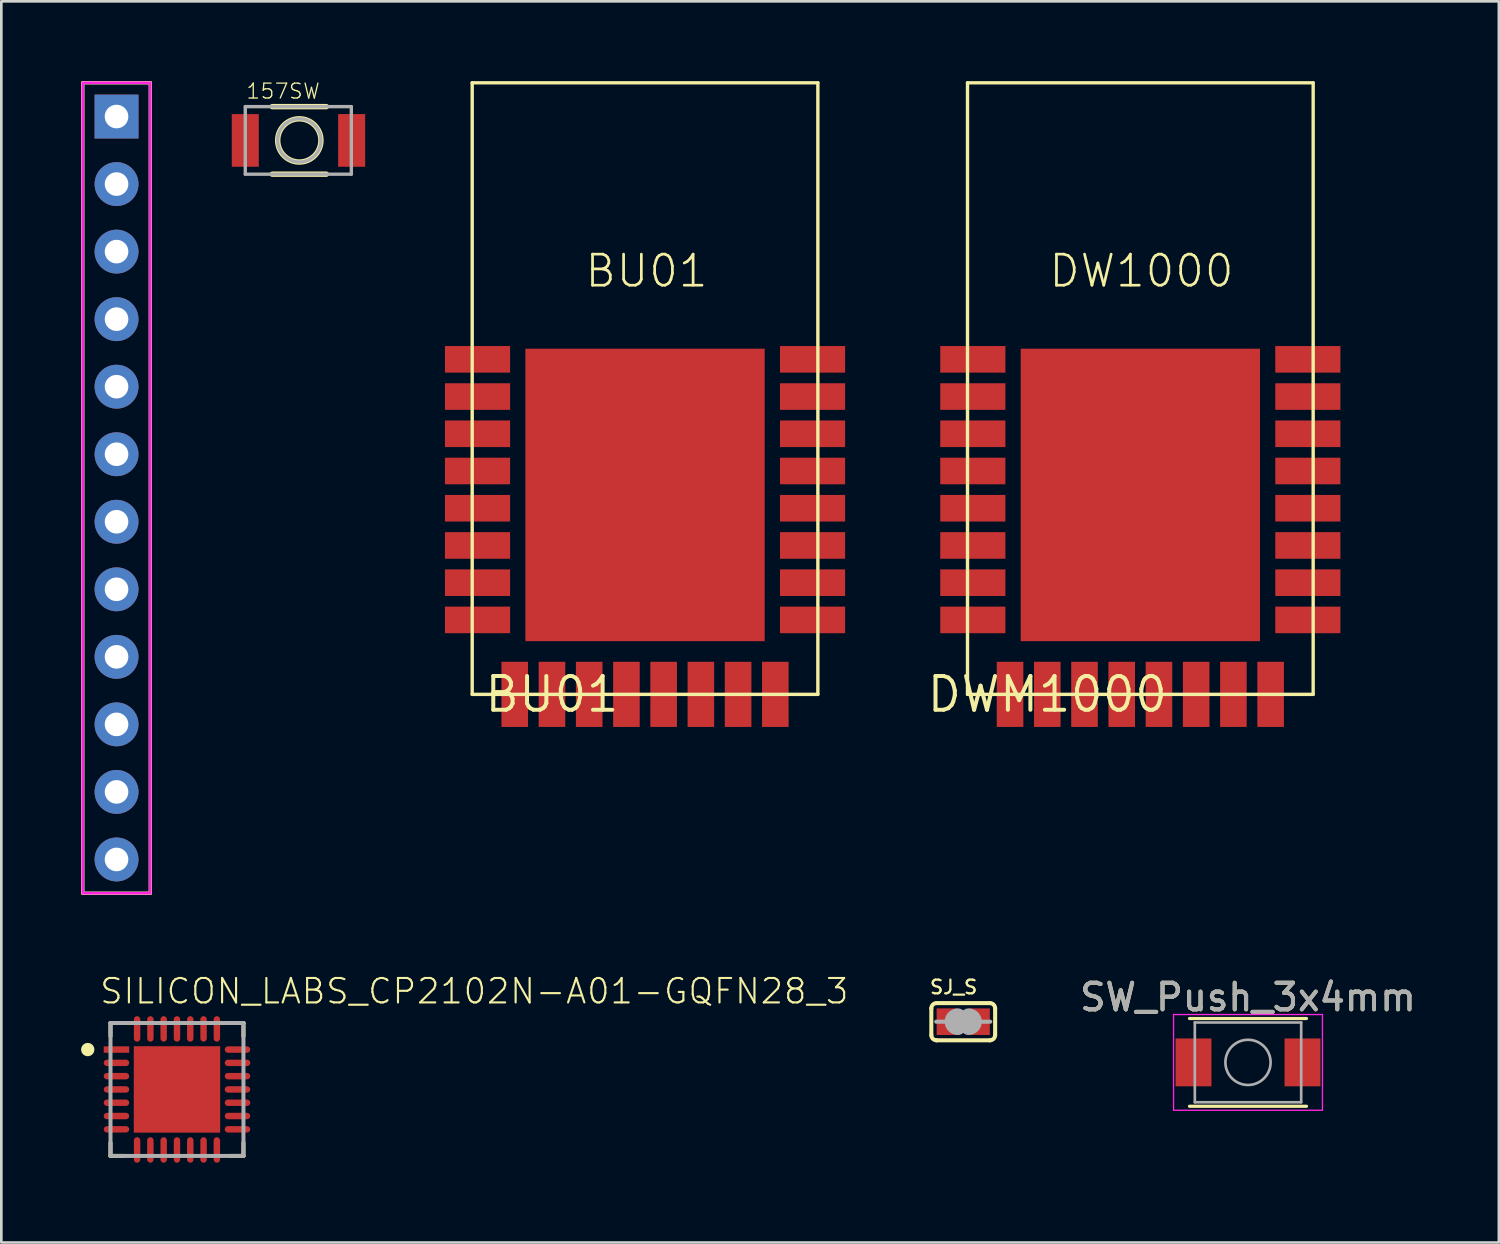
<source format=kicad_pcb>
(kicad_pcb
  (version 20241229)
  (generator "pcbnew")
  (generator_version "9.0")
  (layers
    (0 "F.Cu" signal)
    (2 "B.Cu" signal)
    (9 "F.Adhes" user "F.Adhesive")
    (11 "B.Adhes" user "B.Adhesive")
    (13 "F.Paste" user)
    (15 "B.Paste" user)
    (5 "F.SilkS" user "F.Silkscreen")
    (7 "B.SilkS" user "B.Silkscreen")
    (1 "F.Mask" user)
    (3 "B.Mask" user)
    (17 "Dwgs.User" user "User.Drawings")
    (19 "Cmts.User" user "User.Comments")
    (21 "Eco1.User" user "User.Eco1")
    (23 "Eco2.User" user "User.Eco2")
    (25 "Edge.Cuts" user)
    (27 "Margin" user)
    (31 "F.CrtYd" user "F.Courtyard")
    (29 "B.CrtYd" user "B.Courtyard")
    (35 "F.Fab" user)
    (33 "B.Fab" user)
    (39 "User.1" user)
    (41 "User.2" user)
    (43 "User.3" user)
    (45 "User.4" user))
  (footprint "DWM1000"
    (layer "F.Cu")
    (at 36.337 23.064)
    (property "Reference" "DWM1000" (at 0 0 0) (layer "F.SilkS") (effects (font (size 1.27 1.27) (thickness 0.15))))
    (fp_line (start -3 -23) (end 10 -23) (stroke (width 0.127) (type solid)) (layer "F.SilkS"))
    (fp_line (start -3 0) (end -3 -23) (stroke (width 0.127) (type solid)) (layer "F.SilkS"))
    (fp_line (start 10 -23) (end 10 0) (stroke (width 0.127) (type solid)) (layer "F.SilkS"))
    (fp_line (start 10 0) (end -3 0) (stroke (width 0.127) (type solid)) (layer "F.SilkS"))
    (fp_text user "DW1000" (at 0 -15.24 0) (layer "F.SilkS") (effects (font (size 1.168 1.168) (thickness 0.102)) (justify left bottom)))
    (pad "EXTON" smd rect (at -2.8 -12.6 270) (size 1 2.45) (layers "F.Cu" "F.Mask" "F.Paste"))
    (pad "GPIO0" smd rect (at 7 0 180) (size 1 2.45) (layers "F.Cu" "F.Mask" "F.Paste"))
    (pad "GPIO1" smd rect (at 5.6 0 180) (size 1 2.45) (layers "F.Cu" "F.Mask" "F.Paste"))
    (pad "GPIO2" smd rect (at 4.2 0 180) (size 1 2.45) (layers "F.Cu" "F.Mask" "F.Paste"))
    (pad "GPIO3" smd rect (at 2.8 0 180) (size 1 2.45) (layers "F.Cu" "F.Mask" "F.Paste"))
    (pad "GPIO4" smd rect (at 1.4 0 180) (size 1 2.45) (layers "F.Cu" "F.Mask" "F.Paste"))
    (pad "GPIO5" smd rect (at 0 0 180) (size 1 2.45) (layers "F.Cu" "F.Mask" "F.Paste"))
    (pad "GPIO6" smd rect (at -1.4 0 180) (size 1 2.45) (layers "F.Cu" "F.Mask" "F.Paste"))
    (pad "GPIO7" smd rect (at -2.8 -8.4 270) (size 1 2.45) (layers "F.Cu" "F.Mask" "F.Paste"))
    (pad "IRQ/GPIO8" smd rect (at 9.8 -9.8 270) (size 1 2.45) (layers "F.Cu" "F.Mask" "F.Paste"))
    (pad "RST" smd rect (at -2.8 -9.8 270) (size 1 2.45) (layers "F.Cu" "F.Mask" "F.Paste"))
    (pad "SPICLK" smd rect (at 9.8 -7 270) (size 1 2.45) (layers "F.Cu" "F.Mask" "F.Paste"))
    (pad "SPICSN" smd rect (at 9.8 -2.8 270) (size 1 2.45) (layers "F.Cu" "F.Mask" "F.Paste"))
    (pad "SPIMISO" smd rect (at 9.8 -5.6 270) (size 1 2.45) (layers "F.Cu" "F.Mask" "F.Paste"))
    (pad "SPIMOSI" smd rect (at 9.8 -4.2 270) (size 1 2.45) (layers "F.Cu" "F.Mask" "F.Paste"))
    (pad "VDD3V3" smd rect (at -2.8 -5.6 270) (size 1 2.45) (layers "F.Cu" "F.Mask" "F.Paste"))
    (pad "VDD3V3" smd rect (at -2.8 -4.2 270) (size 1 2.45) (layers "F.Cu" "F.Mask" "F.Paste"))
    (pad "VDDAON" smd rect (at -2.8 -7 270) (size 1 2.45) (layers "F.Cu" "F.Mask" "F.Paste"))
    (pad "VSS" smd rect (at -2.8 -2.8 270) (size 1 2.45) (layers "F.Cu" "F.Mask" "F.Paste"))
    (pad "VSS" smd rect (at 3.5 -7.5) (size 9 11) (layers "F.Cu" "F.Mask" "F.Paste"))
    (pad "VSS" smd rect (at 8.4 0 180) (size 1 2.45) (layers "F.Cu" "F.Mask" "F.Paste"))
    (pad "VSS" smd rect (at 9.8 -12.6 270) (size 1 2.45) (layers "F.Cu" "F.Mask" "F.Paste"))
    (pad "VSS" smd rect (at 9.8 -11.2 270) (size 1 2.45) (layers "F.Cu" "F.Mask" "F.Paste"))
    (pad "VSS" smd rect (at 9.8 -8.4 270) (size 1 2.45) (layers "F.Cu" "F.Mask" "F.Paste"))
    (pad "WAKEUP" smd rect (at -2.8 -11.2 270) (size 1 2.45) (layers "F.Cu" "F.Mask" "F.Paste")))
  (footprint "157SW"
    (layer "F.Cu")
    (at 6.175 2.231)
    (property "Reference" "157SW" (at 0 -1.524 0) (layer "F.SilkS") (effects (font (size 0.561 0.561) (thickness 0.049)) (justify left bottom)))
    (fp_line (start 1.016 -1.27) (end 3.048 -1.27) (stroke (width 0.203) (type solid)) (layer "F.SilkS"))
    (fp_line (start 1.016 1.27) (end 3.048 1.27) (stroke (width 0.203) (type solid)) (layer "F.SilkS"))
    (fp_circle (center 2.032 0) (end 2.845 0) (stroke (width 0.203) (type solid)) (fill no) (layer "F.SilkS"))
    (fp_line (start 0 -1.27) (end 3.988 -1.27) (stroke (width 0.127) (type solid)) (layer "F.Fab"))
    (fp_line (start 0 1.27) (end 0 -1.27) (stroke (width 0.127) (type solid)) (layer "F.Fab"))
    (fp_line (start 3.988 -1.27) (end 3.988 1.27) (stroke (width 0.127) (type solid)) (layer "F.Fab"))
    (fp_line (start 3.988 1.27) (end 0 1.27) (stroke (width 0.127) (type solid)) (layer "F.Fab"))
    (fp_circle (center 2.032 0) (end 2.845 0) (stroke (width 0.127) (type solid)) (fill no) (layer "F.Fab"))
    (pad "1" smd rect (at 0 0) (size 1.016 1.981) (layers "F.Cu" "F.Mask" "F.Paste"))
    (pad "2" smd rect (at 4 0) (size 1.016 1.981) (layers "F.Cu" "F.Mask" "F.Paste")))
  (footprint "12P-2.54"
    (layer "F.Cu")
    (at 1.333 15.303)
    (property "Reference" "12P-2.54" (at 0 1.27 90) (layer "F.Mask") (effects (font (size 0.732 0.732) (thickness 0.081)) (justify left bottom)))
    (fp_line (start -1.27 -15.24) (end 1.27 -15.24) (stroke (width 0.127) (type solid)) (layer "F.SilkS"))
    (fp_line (start -1.27 15.24) (end -1.27 -15.24) (stroke (width 0.127) (type solid)) (layer "F.SilkS"))
    (fp_line (start 1.27 -15.24) (end 1.27 15.24) (stroke (width 0.127) (type solid)) (layer "F.SilkS"))
    (fp_line (start 1.27 15.24) (end -1.27 15.24) (stroke (width 0.127) (type solid)) (layer "F.SilkS"))
    (fp_poly (pts (xy -1.27 15.24) (xy 1.27 15.24) (xy 1.27 -15.24) (xy -1.27 -15.24)) (stroke (width 0.1) (type solid)) (fill no) (layer "F.CrtYd"))
    (pad "1" thru_hole rect (at 0 -13.97) (size 1.651 1.651) (drill 0.889) (layers "*.Cu" "*.Mask"))
    (pad "2" thru_hole circle (at 0 -11.43) (size 1.651 1.651) (drill 0.889) (layers "*.Cu" "*.Mask"))
    (pad "3" thru_hole circle (at 0 -8.89) (size 1.651 1.651) (drill 0.889) (layers "*.Cu" "*.Mask"))
    (pad "4" thru_hole circle (at 0 -6.35) (size 1.651 1.651) (drill 0.889) (layers "*.Cu" "*.Mask"))
    (pad "5" thru_hole circle (at 0 -3.81) (size 1.651 1.651) (drill 0.889) (layers "*.Cu" "*.Mask"))
    (pad "6" thru_hole circle (at 0 -1.27) (size 1.651 1.651) (drill 0.889) (layers "*.Cu" "*.Mask"))
    (pad "7" thru_hole circle (at 0 1.27) (size 1.651 1.651) (drill 0.889) (layers "*.Cu" "*.Mask"))
    (pad "8" thru_hole circle (at 0 3.81) (size 1.651 1.651) (drill 0.889) (layers "*.Cu" "*.Mask"))
    (pad "9" thru_hole circle (at 0 6.35) (size 1.651 1.651) (drill 0.889) (layers "*.Cu" "*.Mask"))
    (pad "10" thru_hole circle (at 0 8.89) (size 1.651 1.651) (drill 0.889) (layers "*.Cu" "*.Mask"))
    (pad "11" thru_hole circle (at 0 11.43) (size 1.651 1.651) (drill 0.889) (layers "*.Cu" "*.Mask"))
    (pad "12" thru_hole circle (at 0 13.97) (size 1.651 1.651) (drill 0.889) (layers "*.Cu" "*.Mask")))
  (footprint "SJ_S"
    (layer "F.Cu")
    (at 33.176 35.375)
    (property "Reference" "SJ_S" (at -1.3 -1 0) (layer "F.SilkS") (effects (font (size 0.516 0.516) (thickness 0.084)) (justify left bottom)))
    (fp_line (start -1.2 0.5) (end -1.2 -0.5) (stroke (width 0.152) (type solid)) (layer "F.SilkS"))
    (fp_line (start -1 -0.7) (end 1 -0.7) (stroke (width 0.152) (type solid)) (layer "F.SilkS"))
    (fp_line (start 1 0.7) (end -1 0.7) (stroke (width 0.152) (type solid)) (layer "F.SilkS"))
    (fp_line (start 1.2 0.5) (end 1.2 -0.5) (stroke (width 0.152) (type solid)) (layer "F.SilkS"))
    (fp_arc (start -1.2 -0.5) (mid -1.141421 -0.641421) (end -1 -0.7) (stroke (width 0.1524) (type solid)) (layer "F.SilkS"))
    (fp_arc (start -1 0.7) (mid -1.141421 0.641421) (end -1.2 0.5) (stroke (width 0.1524) (type solid)) (layer "F.SilkS"))
    (fp_arc (start 1 -0.7) (mid 1.141421 -0.641421) (end 1.2 -0.5) (stroke (width 0.1524) (type solid)) (layer "F.SilkS"))
    (fp_arc (start 1.2 0.5) (mid 1.141421 0.641421) (end 1 0.7) (stroke (width 0.1524) (type solid)) (layer "F.SilkS"))
    (fp_line (start -1.016 0) (end -0.5 0) (stroke (width 0.152) (type solid)) (layer "F.Fab"))
    (fp_line (start 1.016 0) (end 0.5 0) (stroke (width 0.152) (type solid)) (layer "F.Fab"))
    (fp_arc (start -0.2 0.2) (mid -0.4 0) (end -0.2 -0.2) (stroke (width 0.6) (type solid)) (layer "F.Fab"))
    (fp_arc (start 0.2 -0.2) (mid 0.4 0) (end 0.2 0.2) (stroke (width 0.6) (type solid)) (layer "F.Fab"))
    (pad "1" smd rect (at -0.6 0) (size 0.8 1) (layers "F.Cu" "F.Mask" "F.Paste"))
    (pad "2" smd rect (at 0.6 0) (size 0.8 1) (layers "F.Cu" "F.Mask" "F.Paste")))
  (footprint "BU01"
    (layer "F.Cu")
    (at 17.709 23.064)
    (property "Reference" "BU01" (at 0 0 0) (layer "F.SilkS") (effects (font (size 1.27 1.27) (thickness 0.15))))
    (fp_line (start -3 -23) (end 10 -23) (stroke (width 0.127) (type solid)) (layer "F.SilkS"))
    (fp_line (start -3 0) (end -3 -23) (stroke (width 0.127) (type solid)) (layer "F.SilkS"))
    (fp_line (start 10 -23) (end 10 0) (stroke (width 0.127) (type solid)) (layer "F.SilkS"))
    (fp_line (start 10 0) (end -3 0) (stroke (width 0.127) (type solid)) (layer "F.SilkS"))
    (fp_text user "BU01" (at 3.556 -15.24 0) (layer "F.SilkS") (effects (font (size 1.168 1.168) (thickness 0.102)) (justify bottom)))
    (pad "EXTON" smd rect (at -2.8 -12.6 270) (size 1 2.45) (layers "F.Cu" "F.Mask" "F.Paste"))
    (pad "GPIO0" smd rect (at 7 0 180) (size 1 2.45) (layers "F.Cu" "F.Mask" "F.Paste"))
    (pad "GPIO1" smd rect (at 5.6 0 180) (size 1 2.45) (layers "F.Cu" "F.Mask" "F.Paste"))
    (pad "GPIO2" smd rect (at 4.2 0 180) (size 1 2.45) (layers "F.Cu" "F.Mask" "F.Paste"))
    (pad "GPIO3" smd rect (at 2.8 0 180) (size 1 2.45) (layers "F.Cu" "F.Mask" "F.Paste"))
    (pad "GPIO4" smd rect (at 1.4 0 180) (size 1 2.45) (layers "F.Cu" "F.Mask" "F.Paste"))
    (pad "GPIO5" smd rect (at 0 0 180) (size 1 2.45) (layers "F.Cu" "F.Mask" "F.Paste"))
    (pad "GPIO6" smd rect (at -1.4 0 180) (size 1 2.45) (layers "F.Cu" "F.Mask" "F.Paste"))
    (pad "GPIO7" smd rect (at -2.8 -8.4 270) (size 1 2.45) (layers "F.Cu" "F.Mask" "F.Paste"))
    (pad "IRQ/GPIO8" smd rect (at 9.8 -9.8 270) (size 1 2.45) (layers "F.Cu" "F.Mask" "F.Paste"))
    (pad "RST" smd rect (at -2.8 -9.8 270) (size 1 2.45) (layers "F.Cu" "F.Mask" "F.Paste"))
    (pad "SPICLK" smd rect (at 9.8 -7 270) (size 1 2.45) (layers "F.Cu" "F.Mask" "F.Paste"))
    (pad "SPICSN" smd rect (at 9.8 -2.8 270) (size 1 2.45) (layers "F.Cu" "F.Mask" "F.Paste"))
    (pad "SPIMISO" smd rect (at 9.8 -5.6 270) (size 1 2.45) (layers "F.Cu" "F.Mask" "F.Paste"))
    (pad "SPIMOSI" smd rect (at 9.8 -4.2 270) (size 1 2.45) (layers "F.Cu" "F.Mask" "F.Paste"))
    (pad "VDD3V3" smd rect (at -2.8 -5.6 270) (size 1 2.45) (layers "F.Cu" "F.Mask" "F.Paste"))
    (pad "VDD3V3" smd rect (at -2.8 -4.2 270) (size 1 2.45) (layers "F.Cu" "F.Mask" "F.Paste"))
    (pad "VDDAON" smd rect (at -2.8 -7 270) (size 1 2.45) (layers "F.Cu" "F.Mask" "F.Paste"))
    (pad "VSS" smd rect (at -2.8 -2.8 270) (size 1 2.45) (layers "F.Cu" "F.Mask" "F.Paste"))
    (pad "VSS" smd rect (at 3.5 -7.5) (size 9 11) (layers "F.Cu" "F.Mask" "F.Paste"))
    (pad "VSS" smd rect (at 8.4 0 180) (size 1 2.45) (layers "F.Cu" "F.Mask" "F.Paste"))
    (pad "VSS" smd rect (at 9.8 -12.6 270) (size 1 2.45) (layers "F.Cu" "F.Mask" "F.Paste"))
    (pad "VSS" smd rect (at 9.8 -11.2 270) (size 1 2.45) (layers "F.Cu" "F.Mask" "F.Paste"))
    (pad "VSS" smd rect (at 9.8 -8.4 270) (size 1 2.45) (layers "F.Cu" "F.Mask" "F.Paste"))
    (pad "WAKEUP" smd rect (at -2.8 -11.2 270) (size 1 2.45) (layers "F.Cu" "F.Mask" "F.Paste")))
  (footprint "SW_Push_3x4mm"
    (layer "F.Cu")
    (at 43.886 36.905)
    (property "Reference" "SW_Push_3x4mm" (at 0 -2.45 0) (layer "F.SilkS") (effects (font (size 1 1) (thickness 0.15))))
    (attr smd)
    (fp_line (start -2.2 1.65) (end 2.2 1.65) (stroke (width 0.12) (type solid)) (layer "F.SilkS"))
    (fp_line (start 2.2 -1.65) (end -2.2 -1.65) (stroke (width 0.12) (type solid)) (layer "F.SilkS"))
    (fp_line (start -2.8 -1.8) (end 2.8 -1.8) (stroke (width 0.05) (type solid)) (layer "F.CrtYd"))
    (fp_line (start -2.8 1.8) (end -2.8 -1.8) (stroke (width 0.05) (type solid)) (layer "F.CrtYd"))
    (fp_line (start 2.8 -1.8) (end 2.8 1.8) (stroke (width 0.05) (type solid)) (layer "F.CrtYd"))
    (fp_line (start 2.8 1.8) (end -2.8 1.8) (stroke (width 0.05) (type solid)) (layer "F.CrtYd"))
    (fp_line (start -2 -1.5) (end 2 -1.5) (stroke (width 0.1) (type solid)) (layer "F.Fab"))
    (fp_line (start -2 1.5) (end -2 -1.5) (stroke (width 0.1) (type solid)) (layer "F.Fab"))
    (fp_line (start 2 -1.5) (end 2 1.5) (stroke (width 0.1) (type solid)) (layer "F.Fab"))
    (fp_line (start 2 1.5) (end -2 1.5) (stroke (width 0.1) (type solid)) (layer "F.Fab"))
    (fp_circle (center 0 0) (end 0.85 0) (stroke (width 0.1) (type solid)) (fill no) (layer "F.Fab"))
    (fp_text user "${REFERENCE}" (at 0 -2.45 0) (layer "F.Fab") (effects (font (size 1 1) (thickness 0.15))))
    (pad "1" smd rect (at -2.05 0) (size 1.35 1.8) (layers "F.Cu" "F.Mask" "F.Paste"))
    (pad "2" smd rect (at 2.05 0) (size 1.35 1.8) (layers "F.Cu" "F.Mask" "F.Paste")))
  (footprint "SILICON_LABS_CP2102N-A01-GQFN28_3"
    (layer "F.Cu")
    (at 3.606 37.923)
    (property "Reference" "SILICON_LABS_CP2102N-A01-GQFN28_3" (at -2.956 -3.156 0) (layer "F.SilkS") (effects (font (size 0.92 0.92) (thickness 0.08)) (justify left bottom)))
    (fp_line (start -2.5 -2.5) (end -2.5 -2) (stroke (width 0.15) (type solid)) (layer "F.SilkS"))
    (fp_line (start -2.5 2.5) (end -2.5 2) (stroke (width 0.15) (type solid)) (layer "F.SilkS"))
    (fp_line (start -2 -2.5) (end -2.5 -2.5) (stroke (width 0.15) (type solid)) (layer "F.SilkS"))
    (fp_line (start -2 2.5) (end -2.5 2.5) (stroke (width 0.15) (type solid)) (layer "F.SilkS"))
    (fp_line (start 2 -2.5) (end 2.5 -2.5) (stroke (width 0.15) (type solid)) (layer "F.SilkS"))
    (fp_line (start 2 2.5) (end 2.5 2.5) (stroke (width 0.15) (type solid)) (layer "F.SilkS"))
    (fp_line (start 2.5 -2.5) (end 2.5 -2) (stroke (width 0.15) (type solid)) (layer "F.SilkS"))
    (fp_line (start 2.5 2.5) (end 2.5 2) (stroke (width 0.15) (type solid)) (layer "F.SilkS"))
    (fp_circle (center -3.356 -1.5) (end -3.231 -1.5) (stroke (width 0.25) (type solid)) (fill yes) (layer "F.SilkS"))
    (fp_poly (pts (xy -1.028 1.028) (xy 1.028 1.028) (xy 1.028 -1.028) (xy -1.028 -1.028)) (stroke (width 0) (type solid)) (fill yes) (layer "F.Paste"))
    (fp_line (start -2.5 -2.5) (end 2.5 -2.5) (stroke (width 0.15) (type solid)) (layer "F.Fab"))
    (fp_line (start -2.5 2.5) (end -2.5 -2.5) (stroke (width 0.15) (type solid)) (layer "F.Fab"))
    (fp_line (start 2.5 -2.5) (end 2.5 2.5) (stroke (width 0.15) (type solid)) (layer "F.Fab"))
    (fp_line (start 2.5 2.5) (end -2.5 2.5) (stroke (width 0.15) (type solid)) (layer "F.Fab"))
    (pad "1" smd rect (at -2.276 -1.5) (size 0.96 0.242) (layers "F.Cu" "F.Mask" "F.Paste"))
    (pad "2" smd roundrect (at -2.276 -1) (size 0.96 0.242) (layers "F.Cu" "F.Mask" "F.Paste") (roundrect_rratio 0.5))
    (pad "3" smd roundrect (at -2.276 -0.5) (size 0.96 0.242) (layers "F.Cu" "F.Mask" "F.Paste") (roundrect_rratio 0.5))
    (pad "4" smd roundrect (at -2.276 0) (size 0.96 0.242) (layers "F.Cu" "F.Mask" "F.Paste") (roundrect_rratio 0.5))
    (pad "5" smd roundrect (at -2.276 0.5) (size 0.96 0.242) (layers "F.Cu" "F.Mask" "F.Paste") (roundrect_rratio 0.5))
    (pad "6" smd roundrect (at -2.276 1) (size 0.96 0.242) (layers "F.Cu" "F.Mask" "F.Paste") (roundrect_rratio 0.5))
    (pad "7" smd roundrect (at -2.276 1.5) (size 0.96 0.242) (layers "F.Cu" "F.Mask" "F.Paste") (roundrect_rratio 0.5))
    (pad "8" smd roundrect (at -1.5 2.276) (size 0.242 0.96) (layers "F.Cu" "F.Mask" "F.Paste") (roundrect_rratio 0.5))
    (pad "9" smd roundrect (at -1 2.276) (size 0.242 0.96) (layers "F.Cu" "F.Mask" "F.Paste") (roundrect_rratio 0.5))
    (pad "10" smd roundrect (at -0.5 2.276) (size 0.242 0.96) (layers "F.Cu" "F.Mask" "F.Paste") (roundrect_rratio 0.5))
    (pad "11" smd roundrect (at 0 2.276) (size 0.242 0.96) (layers "F.Cu" "F.Mask" "F.Paste") (roundrect_rratio 0.5))
    (pad "12" smd roundrect (at 0.5 2.276) (size 0.242 0.96) (layers "F.Cu" "F.Mask" "F.Paste") (roundrect_rratio 0.5))
    (pad "13" smd roundrect (at 1 2.276) (size 0.242 0.96) (layers "F.Cu" "F.Mask" "F.Paste") (roundrect_rratio 0.5))
    (pad "14" smd roundrect (at 1.5 2.276) (size 0.242 0.96) (layers "F.Cu" "F.Mask" "F.Paste") (roundrect_rratio 0.5))
    (pad "15" smd roundrect (at 2.276 1.5) (size 0.96 0.242) (layers "F.Cu" "F.Mask" "F.Paste") (roundrect_rratio 0.5))
    (pad "16" smd roundrect (at 2.276 1) (size 0.96 0.242) (layers "F.Cu" "F.Mask" "F.Paste") (roundrect_rratio 0.5))
    (pad "17" smd roundrect (at 2.276 0.5) (size 0.96 0.242) (layers "F.Cu" "F.Mask" "F.Paste") (roundrect_rratio 0.5))
    (pad "18" smd roundrect (at 2.276 0) (size 0.96 0.242) (layers "F.Cu" "F.Mask" "F.Paste") (roundrect_rratio 0.5))
    (pad "19" smd roundrect (at 2.276 -0.5) (size 0.96 0.242) (layers "F.Cu" "F.Mask" "F.Paste") (roundrect_rratio 0.5))
    (pad "20" smd roundrect (at 2.276 -1) (size 0.96 0.242) (layers "F.Cu" "F.Mask" "F.Paste") (roundrect_rratio 0.5))
    (pad "21" smd roundrect (at 2.276 -1.5) (size 0.96 0.242) (layers "F.Cu" "F.Mask" "F.Paste") (roundrect_rratio 0.5))
    (pad "22" smd roundrect (at 1.5 -2.276) (size 0.242 0.96) (layers "F.Cu" "F.Mask" "F.Paste") (roundrect_rratio 0.5))
    (pad "23" smd roundrect (at 1 -2.276) (size 0.242 0.96) (layers "F.Cu" "F.Mask" "F.Paste") (roundrect_rratio 0.5))
    (pad "24" smd roundrect (at 0.5 -2.276) (size 0.242 0.96) (layers "F.Cu" "F.Mask" "F.Paste") (roundrect_rratio 0.5))
    (pad "25" smd roundrect (at 0 -2.276) (size 0.242 0.96) (layers "F.Cu" "F.Mask" "F.Paste") (roundrect_rratio 0.5))
    (pad "26" smd roundrect (at -0.5 -2.276) (size 0.242 0.96) (layers "F.Cu" "F.Mask" "F.Paste") (roundrect_rratio 0.5))
    (pad "27" smd roundrect (at -1 -2.276) (size 0.242 0.96) (layers "F.Cu" "F.Mask" "F.Paste") (roundrect_rratio 0.5))
    (pad "28" smd roundrect (at -1.5 -2.276) (size 0.242 0.96) (layers "F.Cu" "F.Mask" "F.Paste") (roundrect_rratio 0.5))
    (pad "29" smd rect (at 0 0) (size 3.25 3.25) (layers "F.Cu" "F.Mask" "F.Paste")))
  (gr_rect
    (start -3 -3)
    (end 53.321 43.679)
    (stroke (width 0.1) (type default))
    (fill no)
    (layer "Edge.Cuts")))
</source>
